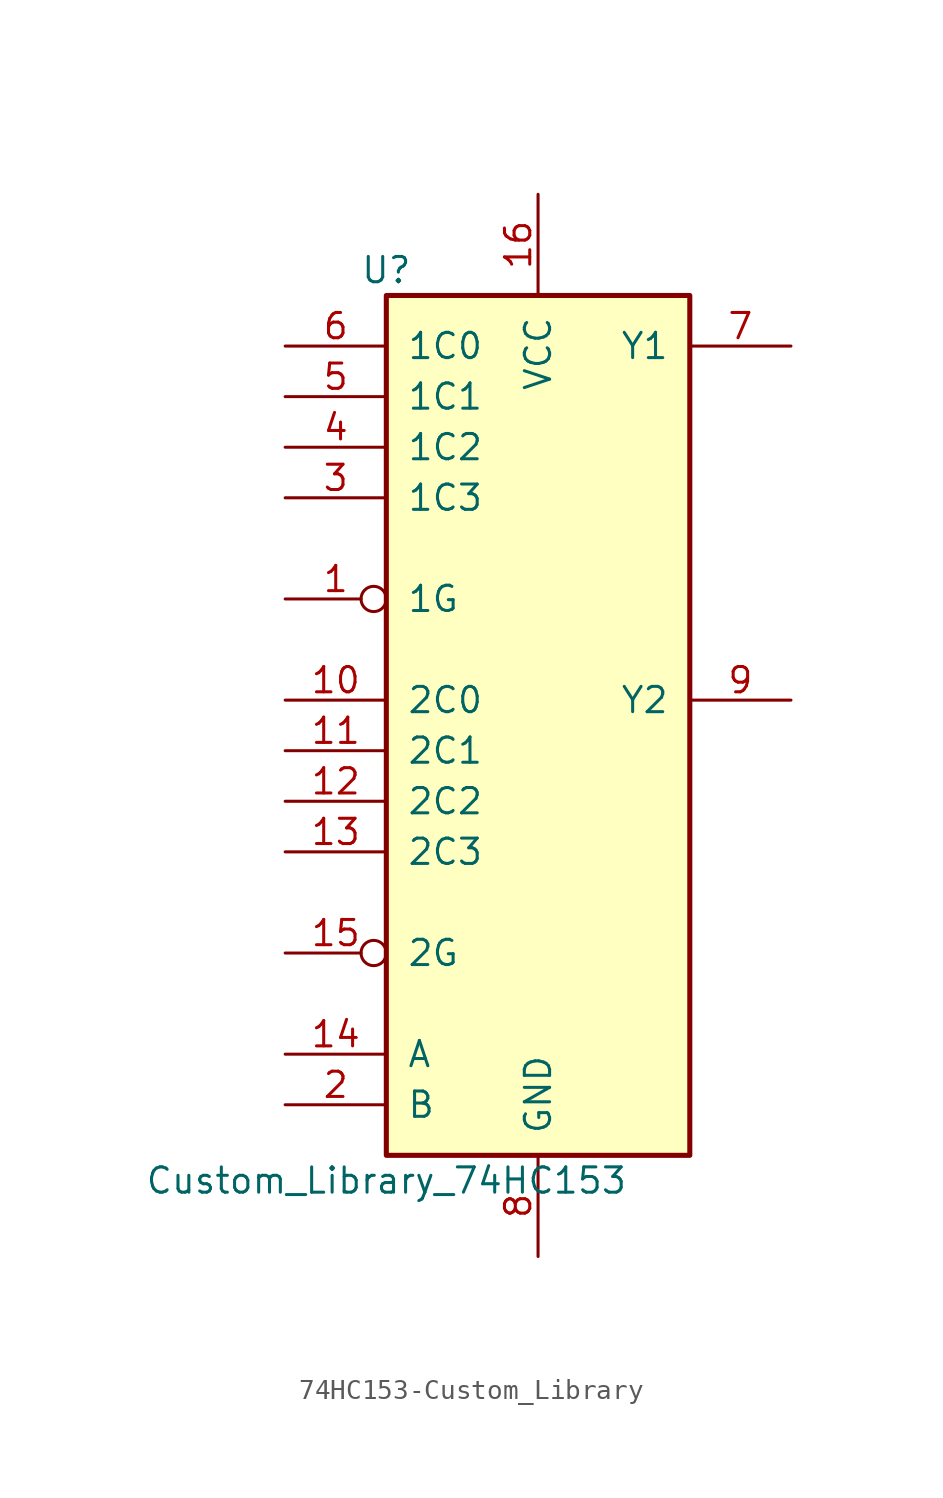
<source format=kicad_sym>
(kicad_symbol_lib
  (version 20231120)
  (generator "kicad_symbol_editor")
  (generator_version "8.0")
  (symbol "74HC153-Custom_Library"
    (pin_names
      (offset 1.016))
    (property "Reference" "U"
      (at -7.62 21.59 0)
      (effects (font (size 1.27 1.27))))
    (property "Value" "Custom_Library_74HC153"
      (at -7.62 -24.13 0)
      (effects (font (size 1.27 1.27))))
    (property "ki_locked" ""
      (at 0 0 0)
      (effects (font (size 1.27 1.27))))
    (symbol "74HC153-Custom_Library_1_0"
      (pin input inverted (at -12.7 5.08 0) (length 5.08) (name "1G" (effects (font (size 1.27 1.27)))) (number "1" (effects (font (size 1.27 1.27)))))
      (pin input line (at -12.7 0 0) (length 5.08) (name "2C0" (effects (font (size 1.27 1.27)))) (number "10" (effects (font (size 1.27 1.27)))))
      (pin input line (at -12.7 -2.54 0) (length 5.08) (name "2C1" (effects (font (size 1.27 1.27)))) (number "11" (effects (font (size 1.27 1.27)))))
      (pin input line (at -12.7 -5.08 0) (length 5.08) (name "2C2" (effects (font (size 1.27 1.27)))) (number "12" (effects (font (size 1.27 1.27)))))
      (pin input line (at -12.7 -7.62 0) (length 5.08) (name "2C3" (effects (font (size 1.27 1.27)))) (number "13" (effects (font (size 1.27 1.27)))))
      (pin input line (at -12.7 -17.78 0) (length 5.08) (name "A" (effects (font (size 1.27 1.27)))) (number "14" (effects (font (size 1.27 1.27)))))
      (pin input inverted (at -12.7 -12.7 0) (length 5.08) (name "2G" (effects (font (size 1.27 1.27)))) (number "15" (effects (font (size 1.27 1.27)))))
      (pin power_in line (at 0 25.4 270) (length 5.08) (name "VCC" (effects (font (size 1.27 1.27)))) (number "16" (effects (font (size 1.27 1.27)))))
      (pin input line (at -12.7 -20.32 0) (length 5.08) (name "B" (effects (font (size 1.27 1.27)))) (number "2" (effects (font (size 1.27 1.27)))))
      (pin input line (at -12.7 10.16 0) (length 5.08) (name "1C3" (effects (font (size 1.27 1.27)))) (number "3" (effects (font (size 1.27 1.27)))))
      (pin input line (at -12.7 12.7 0) (length 5.08) (name "1C2" (effects (font (size 1.27 1.27)))) (number "4" (effects (font (size 1.27 1.27)))))
      (pin input line (at -12.7 15.24 0) (length 5.08) (name "1C1" (effects (font (size 1.27 1.27)))) (number "5" (effects (font (size 1.27 1.27)))))
      (pin input line (at -12.7 17.78 0) (length 5.08) (name "1C0" (effects (font (size 1.27 1.27)))) (number "6" (effects (font (size 1.27 1.27)))))
      (pin output line (at 12.7 17.78 180) (length 5.08) (name "Y1" (effects (font (size 1.27 1.27)))) (number "7" (effects (font (size 1.27 1.27)))))
      (pin power_in line (at 0 -27.94 90) (length 5.08) (name "GND" (effects (font (size 1.27 1.27)))) (number "8" (effects (font (size 1.27 1.27)))))
      (pin output line (at 12.7 0 180) (length 5.08) (name "Y2" (effects (font (size 1.27 1.27)))) (number "9" (effects (font (size 1.27 1.27))))))
    (symbol "74HC153-Custom_Library_1_1"
      (rectangle (start -7.62 20.32) (end 7.62 -22.86) (stroke (width 0.254) (type solid)) (fill (type background))))))
</source>
